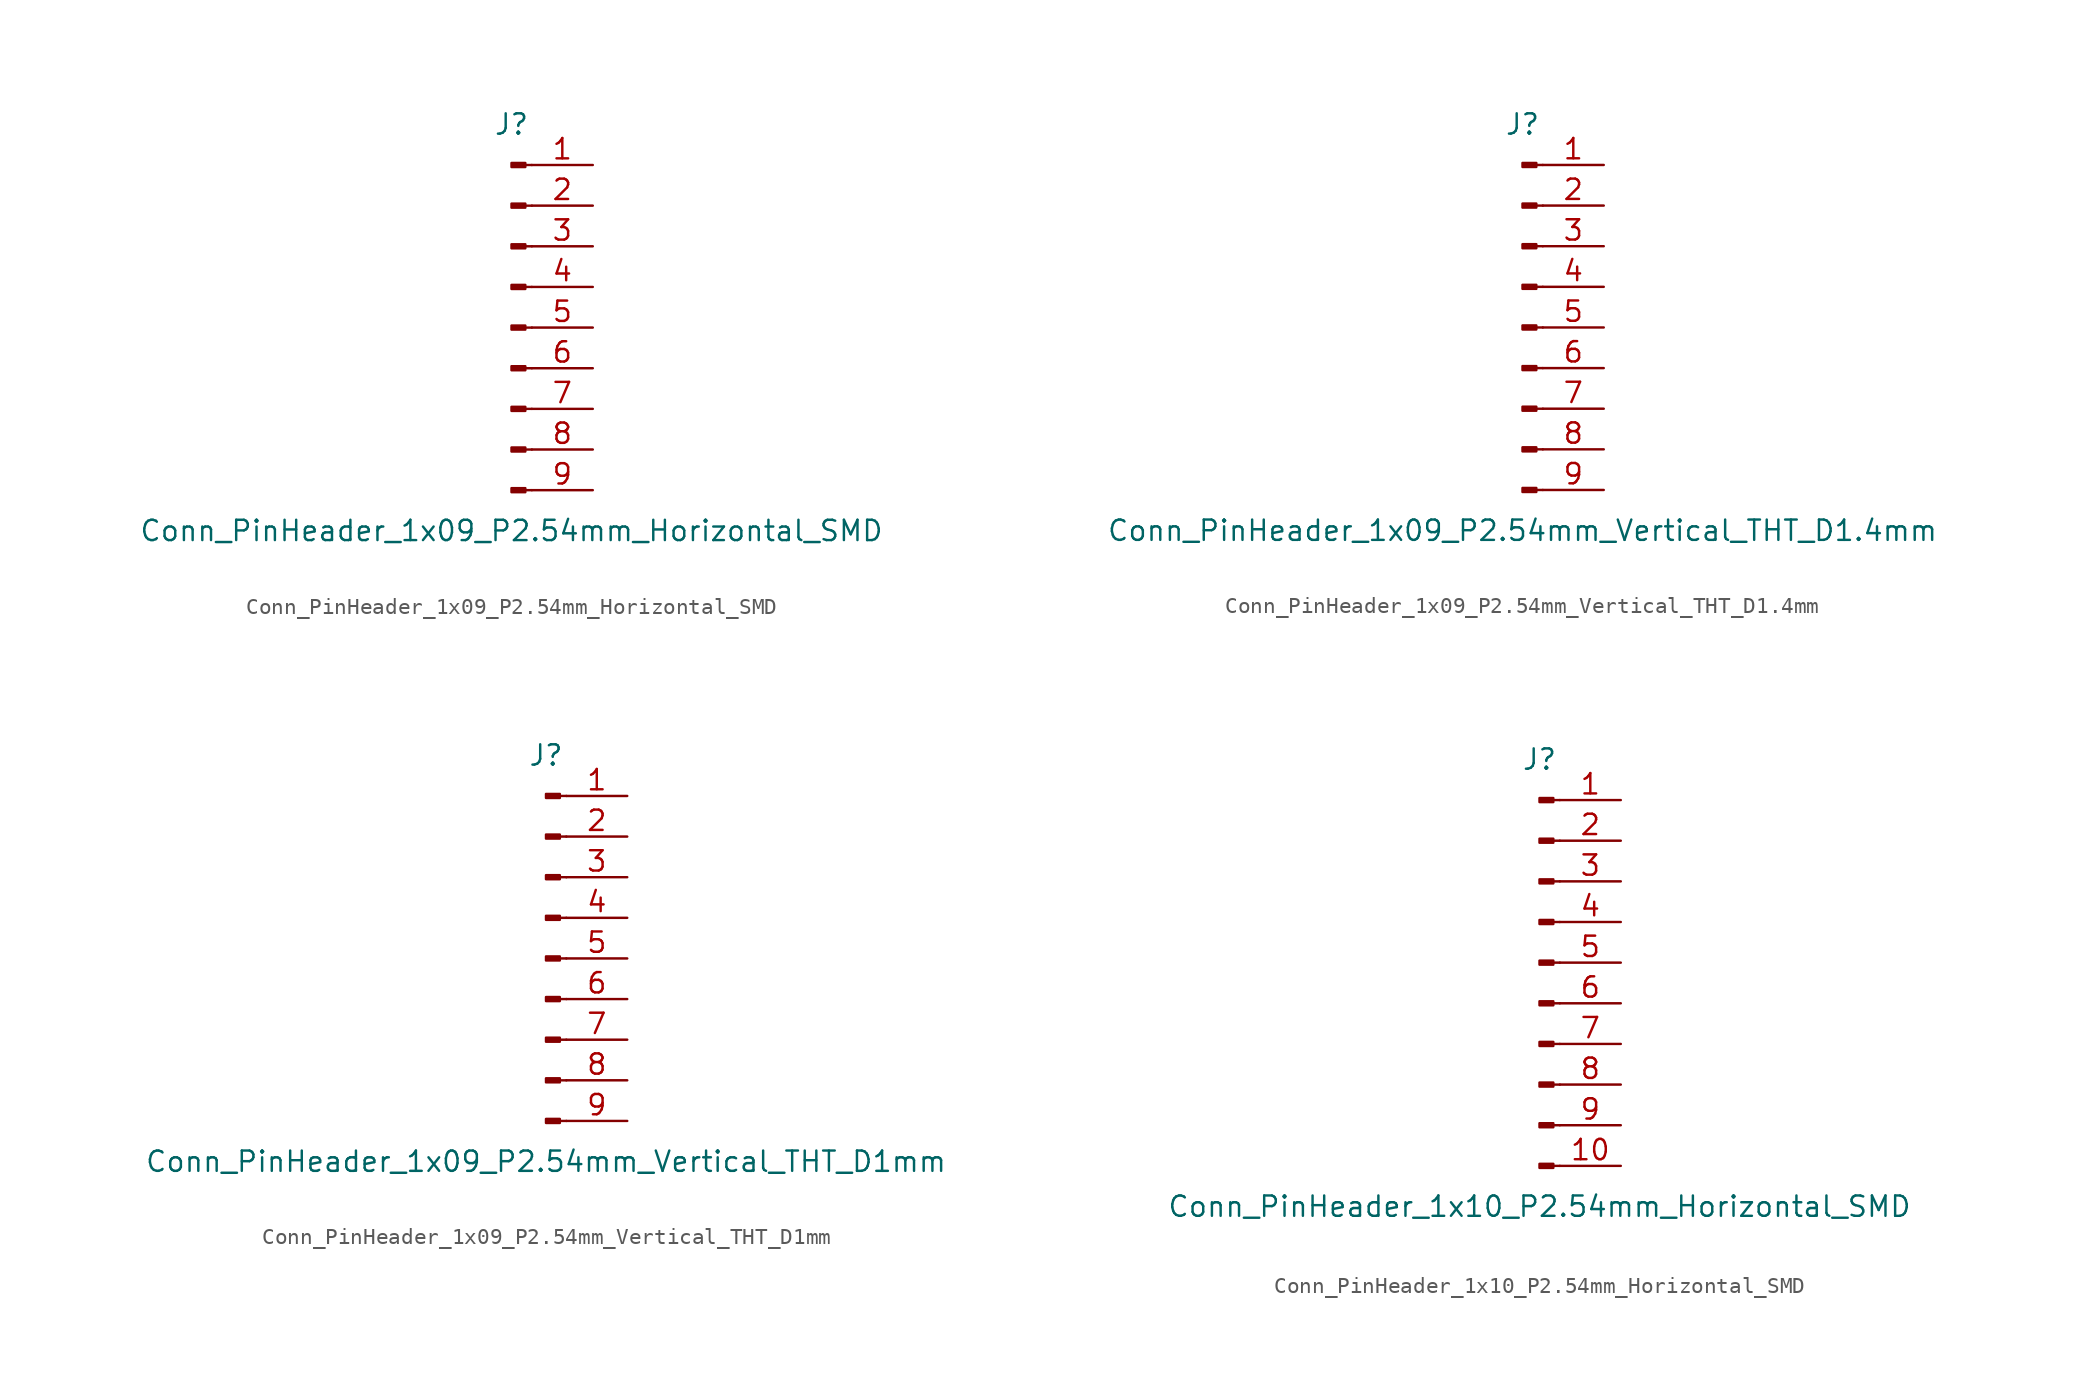
<source format=kicad_sym>
(kicad_symbol_lib
  (version 20220914)
  (generator kicad_symbol_editor)
  (symbol "Conn_PinHeader_1x09_P2.54mm_Horizontal_SMD"
    (pin_names
      (offset 1.016) hide)
    (property "Reference" "J"
      (at 0 12.7 0)
      (effects (font (size 1.27 1.27))))
    (property "Value" "Conn_PinHeader_1x09_P2.54mm_Horizontal_SMD"
      (at 0 -12.7 0)
      (effects (font (size 1.27 1.27))))
    (symbol "Conn_PinHeader_1x09_P2.54mm_Horizontal_SMD_1_1"
      (polyline (pts (xy 1.27 -10.16) (xy 0.864 -10.16)) (stroke (width 0.152) (type solid)) (fill (type none)))
      (polyline (pts (xy 1.27 -7.62) (xy 0.864 -7.62)) (stroke (width 0.152) (type solid)) (fill (type none)))
      (polyline (pts (xy 1.27 -5.08) (xy 0.864 -5.08)) (stroke (width 0.152) (type solid)) (fill (type none)))
      (polyline (pts (xy 1.27 -2.54) (xy 0.864 -2.54)) (stroke (width 0.152) (type solid)) (fill (type none)))
      (polyline (pts (xy 1.27 0) (xy 0.864 0)) (stroke (width 0.152) (type solid)) (fill (type none)))
      (polyline (pts (xy 1.27 2.54) (xy 0.864 2.54)) (stroke (width 0.152) (type solid)) (fill (type none)))
      (polyline (pts (xy 1.27 5.08) (xy 0.864 5.08)) (stroke (width 0.152) (type solid)) (fill (type none)))
      (polyline (pts (xy 1.27 7.62) (xy 0.864 7.62)) (stroke (width 0.152) (type solid)) (fill (type none)))
      (polyline (pts (xy 1.27 10.16) (xy 0.864 10.16)) (stroke (width 0.152) (type solid)) (fill (type none)))
      (rectangle (start 0.864 -10.033) (end 0 -10.287) (stroke (width 0.152) (type solid)) (fill (type outline)))
      (rectangle (start 0.864 -7.493) (end 0 -7.747) (stroke (width 0.152) (type solid)) (fill (type outline)))
      (rectangle (start 0.864 -4.953) (end 0 -5.207) (stroke (width 0.152) (type solid)) (fill (type outline)))
      (rectangle (start 0.864 -2.413) (end 0 -2.667) (stroke (width 0.152) (type solid)) (fill (type outline)))
      (rectangle (start 0.864 0.127) (end 0 -0.127) (stroke (width 0.152) (type solid)) (fill (type outline)))
      (rectangle (start 0.864 2.667) (end 0 2.413) (stroke (width 0.152) (type solid)) (fill (type outline)))
      (rectangle (start 0.864 5.207) (end 0 4.953) (stroke (width 0.152) (type solid)) (fill (type outline)))
      (rectangle (start 0.864 7.747) (end 0 7.493) (stroke (width 0.152) (type solid)) (fill (type outline)))
      (rectangle (start 0.864 10.287) (end 0 10.033) (stroke (width 0.152) (type solid)) (fill (type outline)))
      (pin passive line (at 5.08 10.16 180) (length 3.81) (name "Pin_1" (effects (font (size 1.27 1.27)))) (number "1" (effects (font (size 1.27 1.27)))))
      (pin passive line (at 5.08 7.62 180) (length 3.81) (name "Pin_2" (effects (font (size 1.27 1.27)))) (number "2" (effects (font (size 1.27 1.27)))))
      (pin passive line (at 5.08 5.08 180) (length 3.81) (name "Pin_3" (effects (font (size 1.27 1.27)))) (number "3" (effects (font (size 1.27 1.27)))))
      (pin passive line (at 5.08 2.54 180) (length 3.81) (name "Pin_4" (effects (font (size 1.27 1.27)))) (number "4" (effects (font (size 1.27 1.27)))))
      (pin passive line (at 5.08 0 180) (length 3.81) (name "Pin_5" (effects (font (size 1.27 1.27)))) (number "5" (effects (font (size 1.27 1.27)))))
      (pin passive line (at 5.08 -2.54 180) (length 3.81) (name "Pin_6" (effects (font (size 1.27 1.27)))) (number "6" (effects (font (size 1.27 1.27)))))
      (pin passive line (at 5.08 -5.08 180) (length 3.81) (name "Pin_7" (effects (font (size 1.27 1.27)))) (number "7" (effects (font (size 1.27 1.27)))))
      (pin passive line (at 5.08 -7.62 180) (length 3.81) (name "Pin_8" (effects (font (size 1.27 1.27)))) (number "8" (effects (font (size 1.27 1.27)))))
      (pin passive line (at 5.08 -10.16 180) (length 3.81) (name "Pin_9" (effects (font (size 1.27 1.27)))) (number "9" (effects (font (size 1.27 1.27)))))))
  (symbol "Conn_PinHeader_1x09_P2.54mm_Vertical_THT_D1.4mm"
    (pin_names
      (offset 1.016) hide)
    (property "Reference" "J"
      (at 0 12.7 0)
      (effects (font (size 1.27 1.27))))
    (property "Value" "Conn_PinHeader_1x09_P2.54mm_Vertical_THT_D1.4mm"
      (at 0 -12.7 0)
      (effects (font (size 1.27 1.27))))
    (symbol "Conn_PinHeader_1x09_P2.54mm_Vertical_THT_D1.4mm_1_1"
      (polyline (pts (xy 1.27 -10.16) (xy 0.864 -10.16)) (stroke (width 0.152) (type solid)) (fill (type none)))
      (polyline (pts (xy 1.27 -7.62) (xy 0.864 -7.62)) (stroke (width 0.152) (type solid)) (fill (type none)))
      (polyline (pts (xy 1.27 -5.08) (xy 0.864 -5.08)) (stroke (width 0.152) (type solid)) (fill (type none)))
      (polyline (pts (xy 1.27 -2.54) (xy 0.864 -2.54)) (stroke (width 0.152) (type solid)) (fill (type none)))
      (polyline (pts (xy 1.27 0) (xy 0.864 0)) (stroke (width 0.152) (type solid)) (fill (type none)))
      (polyline (pts (xy 1.27 2.54) (xy 0.864 2.54)) (stroke (width 0.152) (type solid)) (fill (type none)))
      (polyline (pts (xy 1.27 5.08) (xy 0.864 5.08)) (stroke (width 0.152) (type solid)) (fill (type none)))
      (polyline (pts (xy 1.27 7.62) (xy 0.864 7.62)) (stroke (width 0.152) (type solid)) (fill (type none)))
      (polyline (pts (xy 1.27 10.16) (xy 0.864 10.16)) (stroke (width 0.152) (type solid)) (fill (type none)))
      (rectangle (start 0.864 -10.033) (end 0 -10.287) (stroke (width 0.152) (type solid)) (fill (type outline)))
      (rectangle (start 0.864 -7.493) (end 0 -7.747) (stroke (width 0.152) (type solid)) (fill (type outline)))
      (rectangle (start 0.864 -4.953) (end 0 -5.207) (stroke (width 0.152) (type solid)) (fill (type outline)))
      (rectangle (start 0.864 -2.413) (end 0 -2.667) (stroke (width 0.152) (type solid)) (fill (type outline)))
      (rectangle (start 0.864 0.127) (end 0 -0.127) (stroke (width 0.152) (type solid)) (fill (type outline)))
      (rectangle (start 0.864 2.667) (end 0 2.413) (stroke (width 0.152) (type solid)) (fill (type outline)))
      (rectangle (start 0.864 5.207) (end 0 4.953) (stroke (width 0.152) (type solid)) (fill (type outline)))
      (rectangle (start 0.864 7.747) (end 0 7.493) (stroke (width 0.152) (type solid)) (fill (type outline)))
      (rectangle (start 0.864 10.287) (end 0 10.033) (stroke (width 0.152) (type solid)) (fill (type outline)))
      (pin passive line (at 5.08 10.16 180) (length 3.81) (name "Pin_1" (effects (font (size 1.27 1.27)))) (number "1" (effects (font (size 1.27 1.27)))))
      (pin passive line (at 5.08 7.62 180) (length 3.81) (name "Pin_2" (effects (font (size 1.27 1.27)))) (number "2" (effects (font (size 1.27 1.27)))))
      (pin passive line (at 5.08 5.08 180) (length 3.81) (name "Pin_3" (effects (font (size 1.27 1.27)))) (number "3" (effects (font (size 1.27 1.27)))))
      (pin passive line (at 5.08 2.54 180) (length 3.81) (name "Pin_4" (effects (font (size 1.27 1.27)))) (number "4" (effects (font (size 1.27 1.27)))))
      (pin passive line (at 5.08 0 180) (length 3.81) (name "Pin_5" (effects (font (size 1.27 1.27)))) (number "5" (effects (font (size 1.27 1.27)))))
      (pin passive line (at 5.08 -2.54 180) (length 3.81) (name "Pin_6" (effects (font (size 1.27 1.27)))) (number "6" (effects (font (size 1.27 1.27)))))
      (pin passive line (at 5.08 -5.08 180) (length 3.81) (name "Pin_7" (effects (font (size 1.27 1.27)))) (number "7" (effects (font (size 1.27 1.27)))))
      (pin passive line (at 5.08 -7.62 180) (length 3.81) (name "Pin_8" (effects (font (size 1.27 1.27)))) (number "8" (effects (font (size 1.27 1.27)))))
      (pin passive line (at 5.08 -10.16 180) (length 3.81) (name "Pin_9" (effects (font (size 1.27 1.27)))) (number "9" (effects (font (size 1.27 1.27)))))))
  (symbol "Conn_PinHeader_1x09_P2.54mm_Vertical_THT_D1mm"
    (pin_names
      (offset 1.016) hide)
    (property "Reference" "J"
      (at 0 12.7 0)
      (effects (font (size 1.27 1.27))))
    (property "Value" "Conn_PinHeader_1x09_P2.54mm_Vertical_THT_D1mm"
      (at 0 -12.7 0)
      (effects (font (size 1.27 1.27))))
    (symbol "Conn_PinHeader_1x09_P2.54mm_Vertical_THT_D1mm_1_1"
      (polyline (pts (xy 1.27 -10.16) (xy 0.864 -10.16)) (stroke (width 0.152) (type solid)) (fill (type none)))
      (polyline (pts (xy 1.27 -7.62) (xy 0.864 -7.62)) (stroke (width 0.152) (type solid)) (fill (type none)))
      (polyline (pts (xy 1.27 -5.08) (xy 0.864 -5.08)) (stroke (width 0.152) (type solid)) (fill (type none)))
      (polyline (pts (xy 1.27 -2.54) (xy 0.864 -2.54)) (stroke (width 0.152) (type solid)) (fill (type none)))
      (polyline (pts (xy 1.27 0) (xy 0.864 0)) (stroke (width 0.152) (type solid)) (fill (type none)))
      (polyline (pts (xy 1.27 2.54) (xy 0.864 2.54)) (stroke (width 0.152) (type solid)) (fill (type none)))
      (polyline (pts (xy 1.27 5.08) (xy 0.864 5.08)) (stroke (width 0.152) (type solid)) (fill (type none)))
      (polyline (pts (xy 1.27 7.62) (xy 0.864 7.62)) (stroke (width 0.152) (type solid)) (fill (type none)))
      (polyline (pts (xy 1.27 10.16) (xy 0.864 10.16)) (stroke (width 0.152) (type solid)) (fill (type none)))
      (rectangle (start 0.864 -10.033) (end 0 -10.287) (stroke (width 0.152) (type solid)) (fill (type outline)))
      (rectangle (start 0.864 -7.493) (end 0 -7.747) (stroke (width 0.152) (type solid)) (fill (type outline)))
      (rectangle (start 0.864 -4.953) (end 0 -5.207) (stroke (width 0.152) (type solid)) (fill (type outline)))
      (rectangle (start 0.864 -2.413) (end 0 -2.667) (stroke (width 0.152) (type solid)) (fill (type outline)))
      (rectangle (start 0.864 0.127) (end 0 -0.127) (stroke (width 0.152) (type solid)) (fill (type outline)))
      (rectangle (start 0.864 2.667) (end 0 2.413) (stroke (width 0.152) (type solid)) (fill (type outline)))
      (rectangle (start 0.864 5.207) (end 0 4.953) (stroke (width 0.152) (type solid)) (fill (type outline)))
      (rectangle (start 0.864 7.747) (end 0 7.493) (stroke (width 0.152) (type solid)) (fill (type outline)))
      (rectangle (start 0.864 10.287) (end 0 10.033) (stroke (width 0.152) (type solid)) (fill (type outline)))
      (pin passive line (at 5.08 10.16 180) (length 3.81) (name "Pin_1" (effects (font (size 1.27 1.27)))) (number "1" (effects (font (size 1.27 1.27)))))
      (pin passive line (at 5.08 7.62 180) (length 3.81) (name "Pin_2" (effects (font (size 1.27 1.27)))) (number "2" (effects (font (size 1.27 1.27)))))
      (pin passive line (at 5.08 5.08 180) (length 3.81) (name "Pin_3" (effects (font (size 1.27 1.27)))) (number "3" (effects (font (size 1.27 1.27)))))
      (pin passive line (at 5.08 2.54 180) (length 3.81) (name "Pin_4" (effects (font (size 1.27 1.27)))) (number "4" (effects (font (size 1.27 1.27)))))
      (pin passive line (at 5.08 0 180) (length 3.81) (name "Pin_5" (effects (font (size 1.27 1.27)))) (number "5" (effects (font (size 1.27 1.27)))))
      (pin passive line (at 5.08 -2.54 180) (length 3.81) (name "Pin_6" (effects (font (size 1.27 1.27)))) (number "6" (effects (font (size 1.27 1.27)))))
      (pin passive line (at 5.08 -5.08 180) (length 3.81) (name "Pin_7" (effects (font (size 1.27 1.27)))) (number "7" (effects (font (size 1.27 1.27)))))
      (pin passive line (at 5.08 -7.62 180) (length 3.81) (name "Pin_8" (effects (font (size 1.27 1.27)))) (number "8" (effects (font (size 1.27 1.27)))))
      (pin passive line (at 5.08 -10.16 180) (length 3.81) (name "Pin_9" (effects (font (size 1.27 1.27)))) (number "9" (effects (font (size 1.27 1.27)))))))
  (symbol "Conn_PinHeader_1x10_P2.54mm_Horizontal_SMD"
    (pin_names
      (offset 1.016) hide)
    (property "Reference" "J"
      (at 0 12.7 0)
      (effects (font (size 1.27 1.27))))
    (property "Value" "Conn_PinHeader_1x10_P2.54mm_Horizontal_SMD"
      (at 0 -15.24 0)
      (effects (font (size 1.27 1.27))))
    (symbol "Conn_PinHeader_1x10_P2.54mm_Horizontal_SMD_1_1"
      (polyline (pts (xy 1.27 -12.7) (xy 0.864 -12.7)) (stroke (width 0.152) (type solid)) (fill (type none)))
      (polyline (pts (xy 1.27 -10.16) (xy 0.864 -10.16)) (stroke (width 0.152) (type solid)) (fill (type none)))
      (polyline (pts (xy 1.27 -7.62) (xy 0.864 -7.62)) (stroke (width 0.152) (type solid)) (fill (type none)))
      (polyline (pts (xy 1.27 -5.08) (xy 0.864 -5.08)) (stroke (width 0.152) (type solid)) (fill (type none)))
      (polyline (pts (xy 1.27 -2.54) (xy 0.864 -2.54)) (stroke (width 0.152) (type solid)) (fill (type none)))
      (polyline (pts (xy 1.27 0) (xy 0.864 0)) (stroke (width 0.152) (type solid)) (fill (type none)))
      (polyline (pts (xy 1.27 2.54) (xy 0.864 2.54)) (stroke (width 0.152) (type solid)) (fill (type none)))
      (polyline (pts (xy 1.27 5.08) (xy 0.864 5.08)) (stroke (width 0.152) (type solid)) (fill (type none)))
      (polyline (pts (xy 1.27 7.62) (xy 0.864 7.62)) (stroke (width 0.152) (type solid)) (fill (type none)))
      (polyline (pts (xy 1.27 10.16) (xy 0.864 10.16)) (stroke (width 0.152) (type solid)) (fill (type none)))
      (rectangle (start 0.864 -12.573) (end 0 -12.827) (stroke (width 0.152) (type solid)) (fill (type outline)))
      (rectangle (start 0.864 -10.033) (end 0 -10.287) (stroke (width 0.152) (type solid)) (fill (type outline)))
      (rectangle (start 0.864 -7.493) (end 0 -7.747) (stroke (width 0.152) (type solid)) (fill (type outline)))
      (rectangle (start 0.864 -4.953) (end 0 -5.207) (stroke (width 0.152) (type solid)) (fill (type outline)))
      (rectangle (start 0.864 -2.413) (end 0 -2.667) (stroke (width 0.152) (type solid)) (fill (type outline)))
      (rectangle (start 0.864 0.127) (end 0 -0.127) (stroke (width 0.152) (type solid)) (fill (type outline)))
      (rectangle (start 0.864 2.667) (end 0 2.413) (stroke (width 0.152) (type solid)) (fill (type outline)))
      (rectangle (start 0.864 5.207) (end 0 4.953) (stroke (width 0.152) (type solid)) (fill (type outline)))
      (rectangle (start 0.864 7.747) (end 0 7.493) (stroke (width 0.152) (type solid)) (fill (type outline)))
      (rectangle (start 0.864 10.287) (end 0 10.033) (stroke (width 0.152) (type solid)) (fill (type outline)))
      (pin passive line (at 5.08 10.16 180) (length 3.81) (name "Pin_1" (effects (font (size 1.27 1.27)))) (number "1" (effects (font (size 1.27 1.27)))))
      (pin passive line (at 5.08 -12.7 180) (length 3.81) (name "Pin_10" (effects (font (size 1.27 1.27)))) (number "10" (effects (font (size 1.27 1.27)))))
      (pin passive line (at 5.08 7.62 180) (length 3.81) (name "Pin_2" (effects (font (size 1.27 1.27)))) (number "2" (effects (font (size 1.27 1.27)))))
      (pin passive line (at 5.08 5.08 180) (length 3.81) (name "Pin_3" (effects (font (size 1.27 1.27)))) (number "3" (effects (font (size 1.27 1.27)))))
      (pin passive line (at 5.08 2.54 180) (length 3.81) (name "Pin_4" (effects (font (size 1.27 1.27)))) (number "4" (effects (font (size 1.27 1.27)))))
      (pin passive line (at 5.08 0 180) (length 3.81) (name "Pin_5" (effects (font (size 1.27 1.27)))) (number "5" (effects (font (size 1.27 1.27)))))
      (pin passive line (at 5.08 -2.54 180) (length 3.81) (name "Pin_6" (effects (font (size 1.27 1.27)))) (number "6" (effects (font (size 1.27 1.27)))))
      (pin passive line (at 5.08 -5.08 180) (length 3.81) (name "Pin_7" (effects (font (size 1.27 1.27)))) (number "7" (effects (font (size 1.27 1.27)))))
      (pin passive line (at 5.08 -7.62 180) (length 3.81) (name "Pin_8" (effects (font (size 1.27 1.27)))) (number "8" (effects (font (size 1.27 1.27)))))
      (pin passive line (at 5.08 -10.16 180) (length 3.81) (name "Pin_9" (effects (font (size 1.27 1.27)))) (number "9" (effects (font (size 1.27 1.27))))))))
</source>
